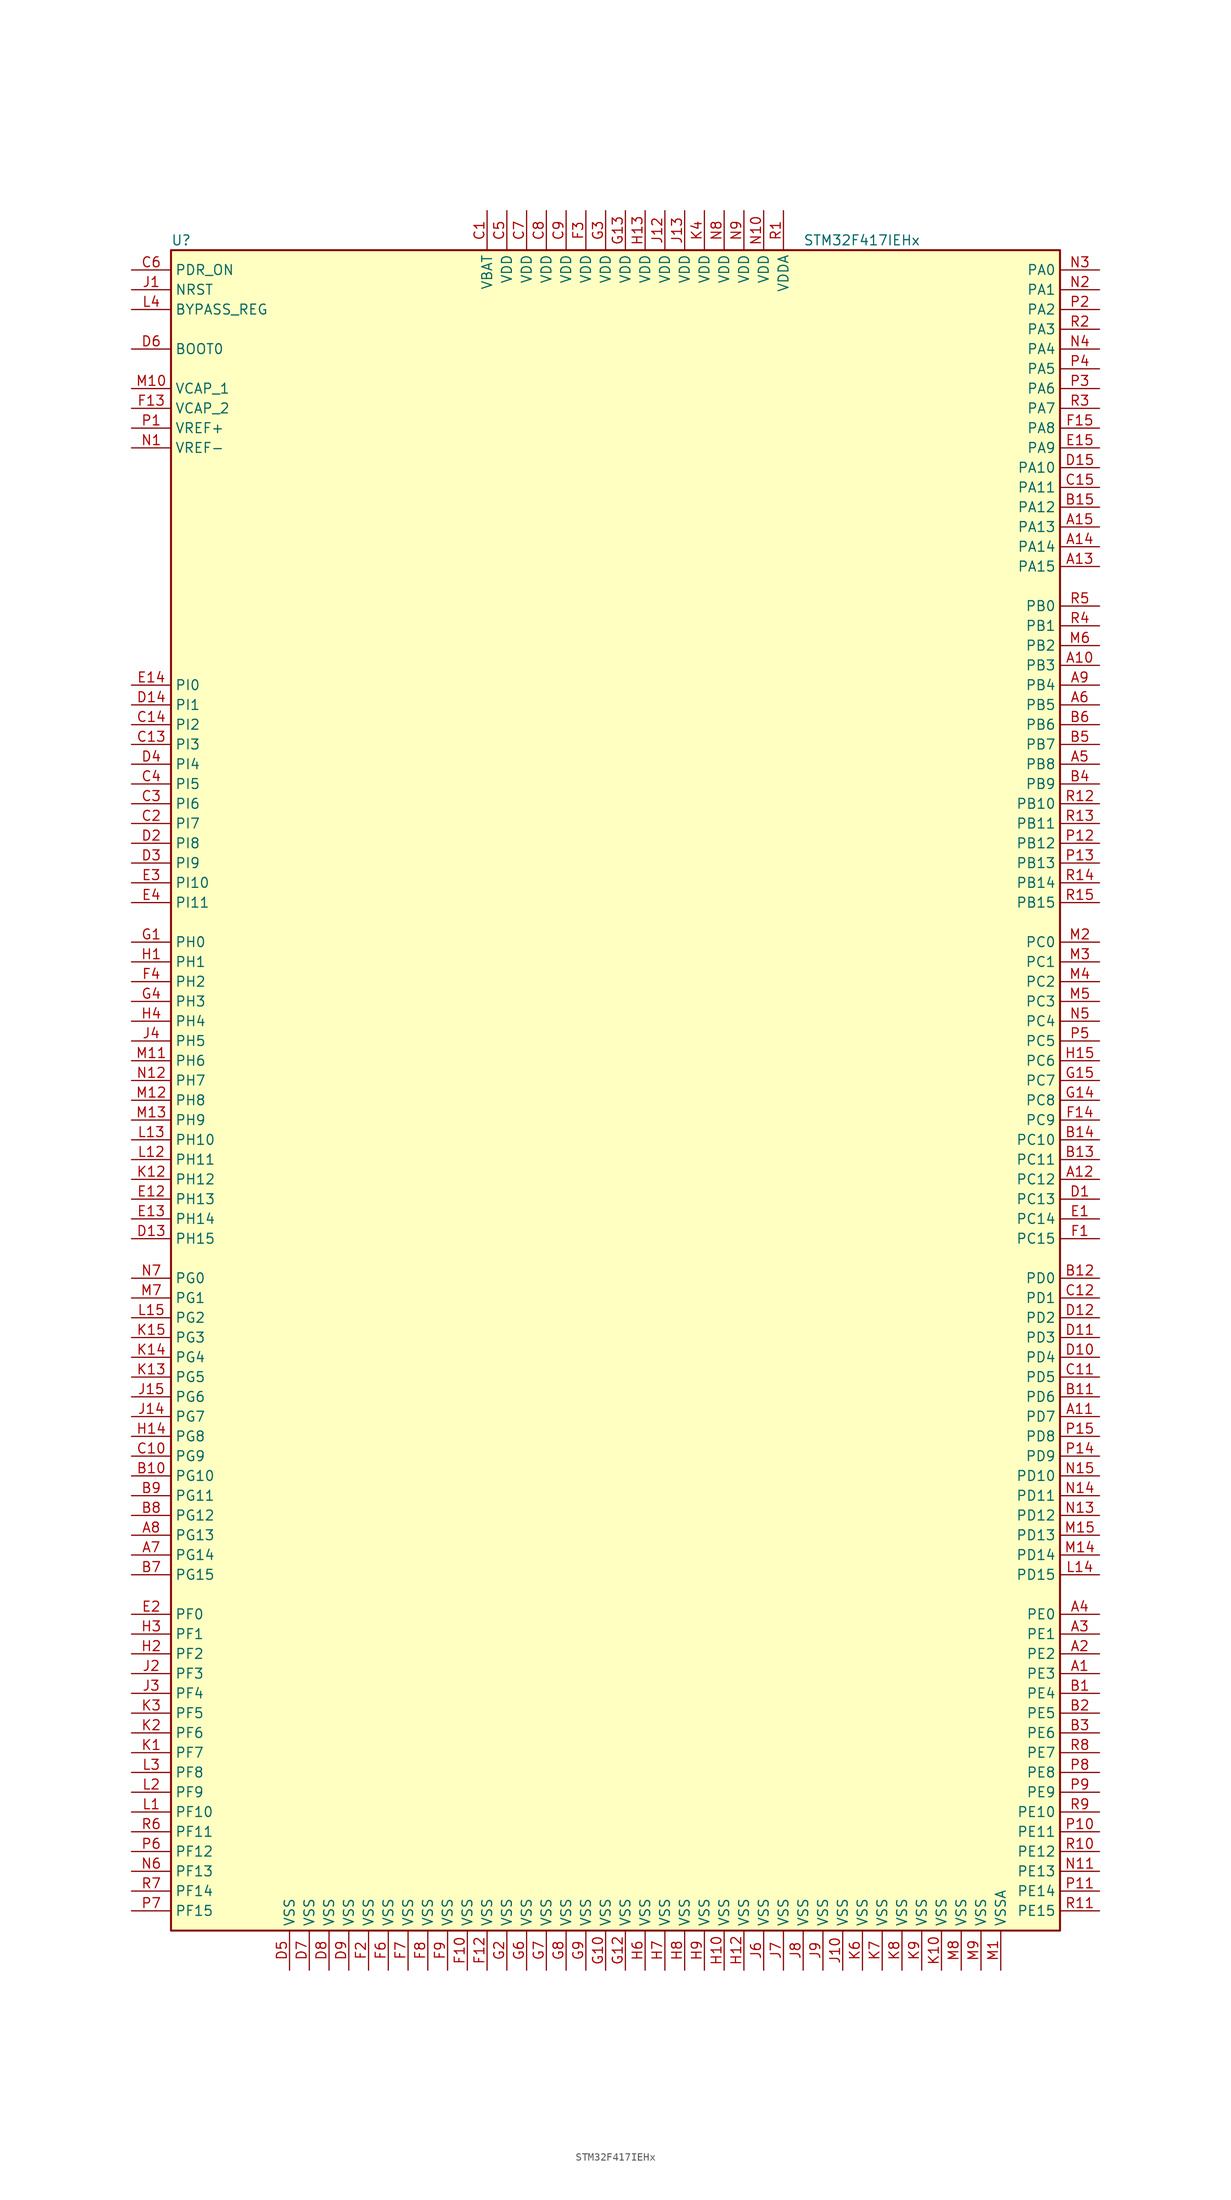
<source format=kicad_sym>
(kicad_symbol_lib
  (version 20201005)
  (generator kicad_symbol_editor)
  (symbol "MCU_ST_STM32F4:STM32F417IEHx"
    (property "Reference" "U"
      (at -58.42 107.95 0)
      (effects (font (size 1.27 1.27)) (justify left)))
    (property "Value" "STM32F417IEHx"
      (at 22.86 107.95 0)
      (effects (font (size 1.27 1.27)) (justify left)))
    (symbol "STM32F417IEHx_0_1"
      (rectangle (start -58.42 -109.22) (end 55.88 106.68) (stroke (width 0.254)) (fill (type background))))
    (symbol "STM32F417IEHx_1_1"
      (pin input line (at -63.5 93.98 0) (length 5.08) (name "BOOT0" (effects (font (size 1.27 1.27)))) (number "D6" (effects (font (size 1.27 1.27)))))
      (pin input line (at -63.5 99.06 0) (length 5.08) (name "BYPASS_REG" (effects (font (size 1.27 1.27)))) (number "L4" (effects (font (size 1.27 1.27)))))
      (pin input line (at -63.5 101.6 0) (length 5.08) (name "NRST" (effects (font (size 1.27 1.27)))) (number "J1" (effects (font (size 1.27 1.27)))))
      (pin bidirectional line (at 60.96 104.14 180) (length 5.08) (name "PA0" (effects (font (size 1.27 1.27)))) (number "N3" (effects (font (size 1.27 1.27)))))
      (pin bidirectional line (at 60.96 101.6 180) (length 5.08) (name "PA1" (effects (font (size 1.27 1.27)))) (number "N2" (effects (font (size 1.27 1.27)))))
      (pin bidirectional line (at 60.96 78.74 180) (length 5.08) (name "PA10" (effects (font (size 1.27 1.27)))) (number "D15" (effects (font (size 1.27 1.27)))))
      (pin bidirectional line (at 60.96 76.2 180) (length 5.08) (name "PA11" (effects (font (size 1.27 1.27)))) (number "C15" (effects (font (size 1.27 1.27)))))
      (pin bidirectional line (at 60.96 73.66 180) (length 5.08) (name "PA12" (effects (font (size 1.27 1.27)))) (number "B15" (effects (font (size 1.27 1.27)))))
      (pin bidirectional line (at 60.96 71.12 180) (length 5.08) (name "PA13" (effects (font (size 1.27 1.27)))) (number "A15" (effects (font (size 1.27 1.27)))))
      (pin bidirectional line (at 60.96 68.58 180) (length 5.08) (name "PA14" (effects (font (size 1.27 1.27)))) (number "A14" (effects (font (size 1.27 1.27)))))
      (pin bidirectional line (at 60.96 66.04 180) (length 5.08) (name "PA15" (effects (font (size 1.27 1.27)))) (number "A13" (effects (font (size 1.27 1.27)))))
      (pin bidirectional line (at 60.96 99.06 180) (length 5.08) (name "PA2" (effects (font (size 1.27 1.27)))) (number "P2" (effects (font (size 1.27 1.27)))))
      (pin bidirectional line (at 60.96 96.52 180) (length 5.08) (name "PA3" (effects (font (size 1.27 1.27)))) (number "R2" (effects (font (size 1.27 1.27)))))
      (pin bidirectional line (at 60.96 93.98 180) (length 5.08) (name "PA4" (effects (font (size 1.27 1.27)))) (number "N4" (effects (font (size 1.27 1.27)))))
      (pin bidirectional line (at 60.96 91.44 180) (length 5.08) (name "PA5" (effects (font (size 1.27 1.27)))) (number "P4" (effects (font (size 1.27 1.27)))))
      (pin bidirectional line (at 60.96 88.9 180) (length 5.08) (name "PA6" (effects (font (size 1.27 1.27)))) (number "P3" (effects (font (size 1.27 1.27)))))
      (pin bidirectional line (at 60.96 86.36 180) (length 5.08) (name "PA7" (effects (font (size 1.27 1.27)))) (number "R3" (effects (font (size 1.27 1.27)))))
      (pin bidirectional line (at 60.96 83.82 180) (length 5.08) (name "PA8" (effects (font (size 1.27 1.27)))) (number "F15" (effects (font (size 1.27 1.27)))))
      (pin bidirectional line (at 60.96 81.28 180) (length 5.08) (name "PA9" (effects (font (size 1.27 1.27)))) (number "E15" (effects (font (size 1.27 1.27)))))
      (pin bidirectional line (at 60.96 60.96 180) (length 5.08) (name "PB0" (effects (font (size 1.27 1.27)))) (number "R5" (effects (font (size 1.27 1.27)))))
      (pin bidirectional line (at 60.96 58.42 180) (length 5.08) (name "PB1" (effects (font (size 1.27 1.27)))) (number "R4" (effects (font (size 1.27 1.27)))))
      (pin bidirectional line (at 60.96 35.56 180) (length 5.08) (name "PB10" (effects (font (size 1.27 1.27)))) (number "R12" (effects (font (size 1.27 1.27)))))
      (pin bidirectional line (at 60.96 33.02 180) (length 5.08) (name "PB11" (effects (font (size 1.27 1.27)))) (number "R13" (effects (font (size 1.27 1.27)))))
      (pin bidirectional line (at 60.96 30.48 180) (length 5.08) (name "PB12" (effects (font (size 1.27 1.27)))) (number "P12" (effects (font (size 1.27 1.27)))))
      (pin bidirectional line (at 60.96 27.94 180) (length 5.08) (name "PB13" (effects (font (size 1.27 1.27)))) (number "P13" (effects (font (size 1.27 1.27)))))
      (pin bidirectional line (at 60.96 25.4 180) (length 5.08) (name "PB14" (effects (font (size 1.27 1.27)))) (number "R14" (effects (font (size 1.27 1.27)))))
      (pin bidirectional line (at 60.96 22.86 180) (length 5.08) (name "PB15" (effects (font (size 1.27 1.27)))) (number "R15" (effects (font (size 1.27 1.27)))))
      (pin bidirectional line (at 60.96 55.88 180) (length 5.08) (name "PB2" (effects (font (size 1.27 1.27)))) (number "M6" (effects (font (size 1.27 1.27)))))
      (pin bidirectional line (at 60.96 53.34 180) (length 5.08) (name "PB3" (effects (font (size 1.27 1.27)))) (number "A10" (effects (font (size 1.27 1.27)))))
      (pin bidirectional line (at 60.96 50.8 180) (length 5.08) (name "PB4" (effects (font (size 1.27 1.27)))) (number "A9" (effects (font (size 1.27 1.27)))))
      (pin bidirectional line (at 60.96 48.26 180) (length 5.08) (name "PB5" (effects (font (size 1.27 1.27)))) (number "A6" (effects (font (size 1.27 1.27)))))
      (pin bidirectional line (at 60.96 45.72 180) (length 5.08) (name "PB6" (effects (font (size 1.27 1.27)))) (number "B6" (effects (font (size 1.27 1.27)))))
      (pin bidirectional line (at 60.96 43.18 180) (length 5.08) (name "PB7" (effects (font (size 1.27 1.27)))) (number "B5" (effects (font (size 1.27 1.27)))))
      (pin bidirectional line (at 60.96 40.64 180) (length 5.08) (name "PB8" (effects (font (size 1.27 1.27)))) (number "A5" (effects (font (size 1.27 1.27)))))
      (pin bidirectional line (at 60.96 38.1 180) (length 5.08) (name "PB9" (effects (font (size 1.27 1.27)))) (number "B4" (effects (font (size 1.27 1.27)))))
      (pin bidirectional line (at 60.96 17.78 180) (length 5.08) (name "PC0" (effects (font (size 1.27 1.27)))) (number "M2" (effects (font (size 1.27 1.27)))))
      (pin bidirectional line (at 60.96 15.24 180) (length 5.08) (name "PC1" (effects (font (size 1.27 1.27)))) (number "M3" (effects (font (size 1.27 1.27)))))
      (pin bidirectional line (at 60.96 -7.62 180) (length 5.08) (name "PC10" (effects (font (size 1.27 1.27)))) (number "B14" (effects (font (size 1.27 1.27)))))
      (pin bidirectional line (at 60.96 -10.16 180) (length 5.08) (name "PC11" (effects (font (size 1.27 1.27)))) (number "B13" (effects (font (size 1.27 1.27)))))
      (pin bidirectional line (at 60.96 -12.7 180) (length 5.08) (name "PC12" (effects (font (size 1.27 1.27)))) (number "A12" (effects (font (size 1.27 1.27)))))
      (pin bidirectional line (at 60.96 -15.24 180) (length 5.08) (name "PC13" (effects (font (size 1.27 1.27)))) (number "D1" (effects (font (size 1.27 1.27)))))
      (pin bidirectional line (at 60.96 -17.78 180) (length 5.08) (name "PC14" (effects (font (size 1.27 1.27)))) (number "E1" (effects (font (size 1.27 1.27)))))
      (pin bidirectional line (at 60.96 -20.32 180) (length 5.08) (name "PC15" (effects (font (size 1.27 1.27)))) (number "F1" (effects (font (size 1.27 1.27)))))
      (pin bidirectional line (at 60.96 12.7 180) (length 5.08) (name "PC2" (effects (font (size 1.27 1.27)))) (number "M4" (effects (font (size 1.27 1.27)))))
      (pin bidirectional line (at 60.96 10.16 180) (length 5.08) (name "PC3" (effects (font (size 1.27 1.27)))) (number "M5" (effects (font (size 1.27 1.27)))))
      (pin bidirectional line (at 60.96 7.62 180) (length 5.08) (name "PC4" (effects (font (size 1.27 1.27)))) (number "N5" (effects (font (size 1.27 1.27)))))
      (pin bidirectional line (at 60.96 5.08 180) (length 5.08) (name "PC5" (effects (font (size 1.27 1.27)))) (number "P5" (effects (font (size 1.27 1.27)))))
      (pin bidirectional line (at 60.96 2.54 180) (length 5.08) (name "PC6" (effects (font (size 1.27 1.27)))) (number "H15" (effects (font (size 1.27 1.27)))))
      (pin bidirectional line (at 60.96 0 180) (length 5.08) (name "PC7" (effects (font (size 1.27 1.27)))) (number "G15" (effects (font (size 1.27 1.27)))))
      (pin bidirectional line (at 60.96 -2.54 180) (length 5.08) (name "PC8" (effects (font (size 1.27 1.27)))) (number "G14" (effects (font (size 1.27 1.27)))))
      (pin bidirectional line (at 60.96 -5.08 180) (length 5.08) (name "PC9" (effects (font (size 1.27 1.27)))) (number "F14" (effects (font (size 1.27 1.27)))))
      (pin bidirectional line (at 60.96 -25.4 180) (length 5.08) (name "PD0" (effects (font (size 1.27 1.27)))) (number "B12" (effects (font (size 1.27 1.27)))))
      (pin bidirectional line (at 60.96 -27.94 180) (length 5.08) (name "PD1" (effects (font (size 1.27 1.27)))) (number "C12" (effects (font (size 1.27 1.27)))))
      (pin bidirectional line (at 60.96 -50.8 180) (length 5.08) (name "PD10" (effects (font (size 1.27 1.27)))) (number "N15" (effects (font (size 1.27 1.27)))))
      (pin bidirectional line (at 60.96 -53.34 180) (length 5.08) (name "PD11" (effects (font (size 1.27 1.27)))) (number "N14" (effects (font (size 1.27 1.27)))))
      (pin bidirectional line (at 60.96 -55.88 180) (length 5.08) (name "PD12" (effects (font (size 1.27 1.27)))) (number "N13" (effects (font (size 1.27 1.27)))))
      (pin bidirectional line (at 60.96 -58.42 180) (length 5.08) (name "PD13" (effects (font (size 1.27 1.27)))) (number "M15" (effects (font (size 1.27 1.27)))))
      (pin bidirectional line (at 60.96 -60.96 180) (length 5.08) (name "PD14" (effects (font (size 1.27 1.27)))) (number "M14" (effects (font (size 1.27 1.27)))))
      (pin bidirectional line (at 60.96 -63.5 180) (length 5.08) (name "PD15" (effects (font (size 1.27 1.27)))) (number "L14" (effects (font (size 1.27 1.27)))))
      (pin bidirectional line (at 60.96 -30.48 180) (length 5.08) (name "PD2" (effects (font (size 1.27 1.27)))) (number "D12" (effects (font (size 1.27 1.27)))))
      (pin bidirectional line (at 60.96 -33.02 180) (length 5.08) (name "PD3" (effects (font (size 1.27 1.27)))) (number "D11" (effects (font (size 1.27 1.27)))))
      (pin bidirectional line (at 60.96 -35.56 180) (length 5.08) (name "PD4" (effects (font (size 1.27 1.27)))) (number "D10" (effects (font (size 1.27 1.27)))))
      (pin bidirectional line (at 60.96 -38.1 180) (length 5.08) (name "PD5" (effects (font (size 1.27 1.27)))) (number "C11" (effects (font (size 1.27 1.27)))))
      (pin bidirectional line (at 60.96 -40.64 180) (length 5.08) (name "PD6" (effects (font (size 1.27 1.27)))) (number "B11" (effects (font (size 1.27 1.27)))))
      (pin bidirectional line (at 60.96 -43.18 180) (length 5.08) (name "PD7" (effects (font (size 1.27 1.27)))) (number "A11" (effects (font (size 1.27 1.27)))))
      (pin bidirectional line (at 60.96 -45.72 180) (length 5.08) (name "PD8" (effects (font (size 1.27 1.27)))) (number "P15" (effects (font (size 1.27 1.27)))))
      (pin bidirectional line (at 60.96 -48.26 180) (length 5.08) (name "PD9" (effects (font (size 1.27 1.27)))) (number "P14" (effects (font (size 1.27 1.27)))))
      (pin input line (at -63.5 104.14 0) (length 5.08) (name "PDR_ON" (effects (font (size 1.27 1.27)))) (number "C6" (effects (font (size 1.27 1.27)))))
      (pin bidirectional line (at 60.96 -68.58 180) (length 5.08) (name "PE0" (effects (font (size 1.27 1.27)))) (number "A4" (effects (font (size 1.27 1.27)))))
      (pin bidirectional line (at 60.96 -71.12 180) (length 5.08) (name "PE1" (effects (font (size 1.27 1.27)))) (number "A3" (effects (font (size 1.27 1.27)))))
      (pin bidirectional line (at 60.96 -93.98 180) (length 5.08) (name "PE10" (effects (font (size 1.27 1.27)))) (number "R9" (effects (font (size 1.27 1.27)))))
      (pin bidirectional line (at 60.96 -96.52 180) (length 5.08) (name "PE11" (effects (font (size 1.27 1.27)))) (number "P10" (effects (font (size 1.27 1.27)))))
      (pin bidirectional line (at 60.96 -99.06 180) (length 5.08) (name "PE12" (effects (font (size 1.27 1.27)))) (number "R10" (effects (font (size 1.27 1.27)))))
      (pin bidirectional line (at 60.96 -101.6 180) (length 5.08) (name "PE13" (effects (font (size 1.27 1.27)))) (number "N11" (effects (font (size 1.27 1.27)))))
      (pin bidirectional line (at 60.96 -104.14 180) (length 5.08) (name "PE14" (effects (font (size 1.27 1.27)))) (number "P11" (effects (font (size 1.27 1.27)))))
      (pin bidirectional line (at 60.96 -106.68 180) (length 5.08) (name "PE15" (effects (font (size 1.27 1.27)))) (number "R11" (effects (font (size 1.27 1.27)))))
      (pin bidirectional line (at 60.96 -73.66 180) (length 5.08) (name "PE2" (effects (font (size 1.27 1.27)))) (number "A2" (effects (font (size 1.27 1.27)))))
      (pin bidirectional line (at 60.96 -76.2 180) (length 5.08) (name "PE3" (effects (font (size 1.27 1.27)))) (number "A1" (effects (font (size 1.27 1.27)))))
      (pin bidirectional line (at 60.96 -78.74 180) (length 5.08) (name "PE4" (effects (font (size 1.27 1.27)))) (number "B1" (effects (font (size 1.27 1.27)))))
      (pin bidirectional line (at 60.96 -81.28 180) (length 5.08) (name "PE5" (effects (font (size 1.27 1.27)))) (number "B2" (effects (font (size 1.27 1.27)))))
      (pin bidirectional line (at 60.96 -83.82 180) (length 5.08) (name "PE6" (effects (font (size 1.27 1.27)))) (number "B3" (effects (font (size 1.27 1.27)))))
      (pin bidirectional line (at 60.96 -86.36 180) (length 5.08) (name "PE7" (effects (font (size 1.27 1.27)))) (number "R8" (effects (font (size 1.27 1.27)))))
      (pin bidirectional line (at 60.96 -88.9 180) (length 5.08) (name "PE8" (effects (font (size 1.27 1.27)))) (number "P8" (effects (font (size 1.27 1.27)))))
      (pin bidirectional line (at 60.96 -91.44 180) (length 5.08) (name "PE9" (effects (font (size 1.27 1.27)))) (number "P9" (effects (font (size 1.27 1.27)))))
      (pin bidirectional line (at -63.5 -68.58 0) (length 5.08) (name "PF0" (effects (font (size 1.27 1.27)))) (number "E2" (effects (font (size 1.27 1.27)))))
      (pin bidirectional line (at -63.5 -71.12 0) (length 5.08) (name "PF1" (effects (font (size 1.27 1.27)))) (number "H3" (effects (font (size 1.27 1.27)))))
      (pin bidirectional line (at -63.5 -93.98 0) (length 5.08) (name "PF10" (effects (font (size 1.27 1.27)))) (number "L1" (effects (font (size 1.27 1.27)))))
      (pin bidirectional line (at -63.5 -96.52 0) (length 5.08) (name "PF11" (effects (font (size 1.27 1.27)))) (number "R6" (effects (font (size 1.27 1.27)))))
      (pin bidirectional line (at -63.5 -99.06 0) (length 5.08) (name "PF12" (effects (font (size 1.27 1.27)))) (number "P6" (effects (font (size 1.27 1.27)))))
      (pin bidirectional line (at -63.5 -101.6 0) (length 5.08) (name "PF13" (effects (font (size 1.27 1.27)))) (number "N6" (effects (font (size 1.27 1.27)))))
      (pin bidirectional line (at -63.5 -104.14 0) (length 5.08) (name "PF14" (effects (font (size 1.27 1.27)))) (number "R7" (effects (font (size 1.27 1.27)))))
      (pin bidirectional line (at -63.5 -106.68 0) (length 5.08) (name "PF15" (effects (font (size 1.27 1.27)))) (number "P7" (effects (font (size 1.27 1.27)))))
      (pin bidirectional line (at -63.5 -73.66 0) (length 5.08) (name "PF2" (effects (font (size 1.27 1.27)))) (number "H2" (effects (font (size 1.27 1.27)))))
      (pin bidirectional line (at -63.5 -76.2 0) (length 5.08) (name "PF3" (effects (font (size 1.27 1.27)))) (number "J2" (effects (font (size 1.27 1.27)))))
      (pin bidirectional line (at -63.5 -78.74 0) (length 5.08) (name "PF4" (effects (font (size 1.27 1.27)))) (number "J3" (effects (font (size 1.27 1.27)))))
      (pin bidirectional line (at -63.5 -81.28 0) (length 5.08) (name "PF5" (effects (font (size 1.27 1.27)))) (number "K3" (effects (font (size 1.27 1.27)))))
      (pin bidirectional line (at -63.5 -83.82 0) (length 5.08) (name "PF6" (effects (font (size 1.27 1.27)))) (number "K2" (effects (font (size 1.27 1.27)))))
      (pin bidirectional line (at -63.5 -86.36 0) (length 5.08) (name "PF7" (effects (font (size 1.27 1.27)))) (number "K1" (effects (font (size 1.27 1.27)))))
      (pin bidirectional line (at -63.5 -88.9 0) (length 5.08) (name "PF8" (effects (font (size 1.27 1.27)))) (number "L3" (effects (font (size 1.27 1.27)))))
      (pin bidirectional line (at -63.5 -91.44 0) (length 5.08) (name "PF9" (effects (font (size 1.27 1.27)))) (number "L2" (effects (font (size 1.27 1.27)))))
      (pin bidirectional line (at -63.5 -25.4 0) (length 5.08) (name "PG0" (effects (font (size 1.27 1.27)))) (number "N7" (effects (font (size 1.27 1.27)))))
      (pin bidirectional line (at -63.5 -27.94 0) (length 5.08) (name "PG1" (effects (font (size 1.27 1.27)))) (number "M7" (effects (font (size 1.27 1.27)))))
      (pin bidirectional line (at -63.5 -50.8 0) (length 5.08) (name "PG10" (effects (font (size 1.27 1.27)))) (number "B10" (effects (font (size 1.27 1.27)))))
      (pin bidirectional line (at -63.5 -53.34 0) (length 5.08) (name "PG11" (effects (font (size 1.27 1.27)))) (number "B9" (effects (font (size 1.27 1.27)))))
      (pin bidirectional line (at -63.5 -55.88 0) (length 5.08) (name "PG12" (effects (font (size 1.27 1.27)))) (number "B8" (effects (font (size 1.27 1.27)))))
      (pin bidirectional line (at -63.5 -58.42 0) (length 5.08) (name "PG13" (effects (font (size 1.27 1.27)))) (number "A8" (effects (font (size 1.27 1.27)))))
      (pin bidirectional line (at -63.5 -60.96 0) (length 5.08) (name "PG14" (effects (font (size 1.27 1.27)))) (number "A7" (effects (font (size 1.27 1.27)))))
      (pin bidirectional line (at -63.5 -63.5 0) (length 5.08) (name "PG15" (effects (font (size 1.27 1.27)))) (number "B7" (effects (font (size 1.27 1.27)))))
      (pin bidirectional line (at -63.5 -30.48 0) (length 5.08) (name "PG2" (effects (font (size 1.27 1.27)))) (number "L15" (effects (font (size 1.27 1.27)))))
      (pin bidirectional line (at -63.5 -33.02 0) (length 5.08) (name "PG3" (effects (font (size 1.27 1.27)))) (number "K15" (effects (font (size 1.27 1.27)))))
      (pin bidirectional line (at -63.5 -35.56 0) (length 5.08) (name "PG4" (effects (font (size 1.27 1.27)))) (number "K14" (effects (font (size 1.27 1.27)))))
      (pin bidirectional line (at -63.5 -38.1 0) (length 5.08) (name "PG5" (effects (font (size 1.27 1.27)))) (number "K13" (effects (font (size 1.27 1.27)))))
      (pin bidirectional line (at -63.5 -40.64 0) (length 5.08) (name "PG6" (effects (font (size 1.27 1.27)))) (number "J15" (effects (font (size 1.27 1.27)))))
      (pin bidirectional line (at -63.5 -43.18 0) (length 5.08) (name "PG7" (effects (font (size 1.27 1.27)))) (number "J14" (effects (font (size 1.27 1.27)))))
      (pin bidirectional line (at -63.5 -45.72 0) (length 5.08) (name "PG8" (effects (font (size 1.27 1.27)))) (number "H14" (effects (font (size 1.27 1.27)))))
      (pin bidirectional line (at -63.5 -48.26 0) (length 5.08) (name "PG9" (effects (font (size 1.27 1.27)))) (number "C10" (effects (font (size 1.27 1.27)))))
      (pin input line (at -63.5 17.78 0) (length 5.08) (name "PH0" (effects (font (size 1.27 1.27)))) (number "G1" (effects (font (size 1.27 1.27)))))
      (pin input line (at -63.5 15.24 0) (length 5.08) (name "PH1" (effects (font (size 1.27 1.27)))) (number "H1" (effects (font (size 1.27 1.27)))))
      (pin bidirectional line (at -63.5 -7.62 0) (length 5.08) (name "PH10" (effects (font (size 1.27 1.27)))) (number "L13" (effects (font (size 1.27 1.27)))))
      (pin bidirectional line (at -63.5 -10.16 0) (length 5.08) (name "PH11" (effects (font (size 1.27 1.27)))) (number "L12" (effects (font (size 1.27 1.27)))))
      (pin bidirectional line (at -63.5 -12.7 0) (length 5.08) (name "PH12" (effects (font (size 1.27 1.27)))) (number "K12" (effects (font (size 1.27 1.27)))))
      (pin bidirectional line (at -63.5 -15.24 0) (length 5.08) (name "PH13" (effects (font (size 1.27 1.27)))) (number "E12" (effects (font (size 1.27 1.27)))))
      (pin bidirectional line (at -63.5 -17.78 0) (length 5.08) (name "PH14" (effects (font (size 1.27 1.27)))) (number "E13" (effects (font (size 1.27 1.27)))))
      (pin bidirectional line (at -63.5 -20.32 0) (length 5.08) (name "PH15" (effects (font (size 1.27 1.27)))) (number "D13" (effects (font (size 1.27 1.27)))))
      (pin bidirectional line (at -63.5 12.7 0) (length 5.08) (name "PH2" (effects (font (size 1.27 1.27)))) (number "F4" (effects (font (size 1.27 1.27)))))
      (pin bidirectional line (at -63.5 10.16 0) (length 5.08) (name "PH3" (effects (font (size 1.27 1.27)))) (number "G4" (effects (font (size 1.27 1.27)))))
      (pin bidirectional line (at -63.5 7.62 0) (length 5.08) (name "PH4" (effects (font (size 1.27 1.27)))) (number "H4" (effects (font (size 1.27 1.27)))))
      (pin bidirectional line (at -63.5 5.08 0) (length 5.08) (name "PH5" (effects (font (size 1.27 1.27)))) (number "J4" (effects (font (size 1.27 1.27)))))
      (pin bidirectional line (at -63.5 2.54 0) (length 5.08) (name "PH6" (effects (font (size 1.27 1.27)))) (number "M11" (effects (font (size 1.27 1.27)))))
      (pin bidirectional line (at -63.5 0 0) (length 5.08) (name "PH7" (effects (font (size 1.27 1.27)))) (number "N12" (effects (font (size 1.27 1.27)))))
      (pin bidirectional line (at -63.5 -2.54 0) (length 5.08) (name "PH8" (effects (font (size 1.27 1.27)))) (number "M12" (effects (font (size 1.27 1.27)))))
      (pin bidirectional line (at -63.5 -5.08 0) (length 5.08) (name "PH9" (effects (font (size 1.27 1.27)))) (number "M13" (effects (font (size 1.27 1.27)))))
      (pin bidirectional line (at -63.5 50.8 0) (length 5.08) (name "PI0" (effects (font (size 1.27 1.27)))) (number "E14" (effects (font (size 1.27 1.27)))))
      (pin bidirectional line (at -63.5 48.26 0) (length 5.08) (name "PI1" (effects (font (size 1.27 1.27)))) (number "D14" (effects (font (size 1.27 1.27)))))
      (pin bidirectional line (at -63.5 25.4 0) (length 5.08) (name "PI10" (effects (font (size 1.27 1.27)))) (number "E3" (effects (font (size 1.27 1.27)))))
      (pin bidirectional line (at -63.5 22.86 0) (length 5.08) (name "PI11" (effects (font (size 1.27 1.27)))) (number "E4" (effects (font (size 1.27 1.27)))))
      (pin bidirectional line (at -63.5 45.72 0) (length 5.08) (name "PI2" (effects (font (size 1.27 1.27)))) (number "C14" (effects (font (size 1.27 1.27)))))
      (pin bidirectional line (at -63.5 43.18 0) (length 5.08) (name "PI3" (effects (font (size 1.27 1.27)))) (number "C13" (effects (font (size 1.27 1.27)))))
      (pin bidirectional line (at -63.5 40.64 0) (length 5.08) (name "PI4" (effects (font (size 1.27 1.27)))) (number "D4" (effects (font (size 1.27 1.27)))))
      (pin bidirectional line (at -63.5 38.1 0) (length 5.08) (name "PI5" (effects (font (size 1.27 1.27)))) (number "C4" (effects (font (size 1.27 1.27)))))
      (pin bidirectional line (at -63.5 35.56 0) (length 5.08) (name "PI6" (effects (font (size 1.27 1.27)))) (number "C3" (effects (font (size 1.27 1.27)))))
      (pin bidirectional line (at -63.5 33.02 0) (length 5.08) (name "PI7" (effects (font (size 1.27 1.27)))) (number "C2" (effects (font (size 1.27 1.27)))))
      (pin bidirectional line (at -63.5 30.48 0) (length 5.08) (name "PI8" (effects (font (size 1.27 1.27)))) (number "D2" (effects (font (size 1.27 1.27)))))
      (pin bidirectional line (at -63.5 27.94 0) (length 5.08) (name "PI9" (effects (font (size 1.27 1.27)))) (number "D3" (effects (font (size 1.27 1.27)))))
      (pin power_in line (at -17.78 111.76 270) (length 5.08) (name "VBAT" (effects (font (size 1.27 1.27)))) (number "C1" (effects (font (size 1.27 1.27)))))
      (pin power_in line (at -63.5 88.9 0) (length 5.08) (name "VCAP_1" (effects (font (size 1.27 1.27)))) (number "M10" (effects (font (size 1.27 1.27)))))
      (pin power_in line (at -63.5 86.36 0) (length 5.08) (name "VCAP_2" (effects (font (size 1.27 1.27)))) (number "F13" (effects (font (size 1.27 1.27)))))
      (pin power_in line (at -15.24 111.76 270) (length 5.08) (name "VDD" (effects (font (size 1.27 1.27)))) (number "C5" (effects (font (size 1.27 1.27)))))
      (pin power_in line (at -12.7 111.76 270) (length 5.08) (name "VDD" (effects (font (size 1.27 1.27)))) (number "C7" (effects (font (size 1.27 1.27)))))
      (pin power_in line (at -10.16 111.76 270) (length 5.08) (name "VDD" (effects (font (size 1.27 1.27)))) (number "C8" (effects (font (size 1.27 1.27)))))
      (pin power_in line (at -7.62 111.76 270) (length 5.08) (name "VDD" (effects (font (size 1.27 1.27)))) (number "C9" (effects (font (size 1.27 1.27)))))
      (pin power_in line (at -5.08 111.76 270) (length 5.08) (name "VDD" (effects (font (size 1.27 1.27)))) (number "F3" (effects (font (size 1.27 1.27)))))
      (pin power_in line (at 0 111.76 270) (length 5.08) (name "VDD" (effects (font (size 1.27 1.27)))) (number "G13" (effects (font (size 1.27 1.27)))))
      (pin power_in line (at -2.54 111.76 270) (length 5.08) (name "VDD" (effects (font (size 1.27 1.27)))) (number "G3" (effects (font (size 1.27 1.27)))))
      (pin power_in line (at 2.54 111.76 270) (length 5.08) (name "VDD" (effects (font (size 1.27 1.27)))) (number "H13" (effects (font (size 1.27 1.27)))))
      (pin power_in line (at 5.08 111.76 270) (length 5.08) (name "VDD" (effects (font (size 1.27 1.27)))) (number "J12" (effects (font (size 1.27 1.27)))))
      (pin power_in line (at 7.62 111.76 270) (length 5.08) (name "VDD" (effects (font (size 1.27 1.27)))) (number "J13" (effects (font (size 1.27 1.27)))))
      (pin power_in line (at 10.16 111.76 270) (length 5.08) (name "VDD" (effects (font (size 1.27 1.27)))) (number "K4" (effects (font (size 1.27 1.27)))))
      (pin power_in line (at 17.78 111.76 270) (length 5.08) (name "VDD" (effects (font (size 1.27 1.27)))) (number "N10" (effects (font (size 1.27 1.27)))))
      (pin power_in line (at 12.7 111.76 270) (length 5.08) (name "VDD" (effects (font (size 1.27 1.27)))) (number "N8" (effects (font (size 1.27 1.27)))))
      (pin power_in line (at 15.24 111.76 270) (length 5.08) (name "VDD" (effects (font (size 1.27 1.27)))) (number "N9" (effects (font (size 1.27 1.27)))))
      (pin power_in line (at 20.32 111.76 270) (length 5.08) (name "VDDA" (effects (font (size 1.27 1.27)))) (number "R1" (effects (font (size 1.27 1.27)))))
      (pin power_in line (at -63.5 83.82 0) (length 5.08) (name "VREF+" (effects (font (size 1.27 1.27)))) (number "P1" (effects (font (size 1.27 1.27)))))
      (pin power_in line (at -63.5 81.28 0) (length 5.08) (name "VREF-" (effects (font (size 1.27 1.27)))) (number "N1" (effects (font (size 1.27 1.27)))))
      (pin power_in line (at -43.18 -114.3 90) (length 5.08) (name "VSS" (effects (font (size 1.27 1.27)))) (number "D5" (effects (font (size 1.27 1.27)))))
      (pin power_in line (at -40.64 -114.3 90) (length 5.08) (name "VSS" (effects (font (size 1.27 1.27)))) (number "D7" (effects (font (size 1.27 1.27)))))
      (pin power_in line (at -38.1 -114.3 90) (length 5.08) (name "VSS" (effects (font (size 1.27 1.27)))) (number "D8" (effects (font (size 1.27 1.27)))))
      (pin power_in line (at -35.56 -114.3 90) (length 5.08) (name "VSS" (effects (font (size 1.27 1.27)))) (number "D9" (effects (font (size 1.27 1.27)))))
      (pin power_in line (at -20.32 -114.3 90) (length 5.08) (name "VSS" (effects (font (size 1.27 1.27)))) (number "F10" (effects (font (size 1.27 1.27)))))
      (pin power_in line (at -17.78 -114.3 90) (length 5.08) (name "VSS" (effects (font (size 1.27 1.27)))) (number "F12" (effects (font (size 1.27 1.27)))))
      (pin power_in line (at -33.02 -114.3 90) (length 5.08) (name "VSS" (effects (font (size 1.27 1.27)))) (number "F2" (effects (font (size 1.27 1.27)))))
      (pin power_in line (at -30.48 -114.3 90) (length 5.08) (name "VSS" (effects (font (size 1.27 1.27)))) (number "F6" (effects (font (size 1.27 1.27)))))
      (pin power_in line (at -27.94 -114.3 90) (length 5.08) (name "VSS" (effects (font (size 1.27 1.27)))) (number "F7" (effects (font (size 1.27 1.27)))))
      (pin power_in line (at -25.4 -114.3 90) (length 5.08) (name "VSS" (effects (font (size 1.27 1.27)))) (number "F8" (effects (font (size 1.27 1.27)))))
      (pin power_in line (at -22.86 -114.3 90) (length 5.08) (name "VSS" (effects (font (size 1.27 1.27)))) (number "F9" (effects (font (size 1.27 1.27)))))
      (pin power_in line (at -2.54 -114.3 90) (length 5.08) (name "VSS" (effects (font (size 1.27 1.27)))) (number "G10" (effects (font (size 1.27 1.27)))))
      (pin power_in line (at 0 -114.3 90) (length 5.08) (name "VSS" (effects (font (size 1.27 1.27)))) (number "G12" (effects (font (size 1.27 1.27)))))
      (pin power_in line (at -15.24 -114.3 90) (length 5.08) (name "VSS" (effects (font (size 1.27 1.27)))) (number "G2" (effects (font (size 1.27 1.27)))))
      (pin power_in line (at -12.7 -114.3 90) (length 5.08) (name "VSS" (effects (font (size 1.27 1.27)))) (number "G6" (effects (font (size 1.27 1.27)))))
      (pin power_in line (at -10.16 -114.3 90) (length 5.08) (name "VSS" (effects (font (size 1.27 1.27)))) (number "G7" (effects (font (size 1.27 1.27)))))
      (pin power_in line (at -7.62 -114.3 90) (length 5.08) (name "VSS" (effects (font (size 1.27 1.27)))) (number "G8" (effects (font (size 1.27 1.27)))))
      (pin power_in line (at -5.08 -114.3 90) (length 5.08) (name "VSS" (effects (font (size 1.27 1.27)))) (number "G9" (effects (font (size 1.27 1.27)))))
      (pin power_in line (at 12.7 -114.3 90) (length 5.08) (name "VSS" (effects (font (size 1.27 1.27)))) (number "H10" (effects (font (size 1.27 1.27)))))
      (pin power_in line (at 15.24 -114.3 90) (length 5.08) (name "VSS" (effects (font (size 1.27 1.27)))) (number "H12" (effects (font (size 1.27 1.27)))))
      (pin power_in line (at 2.54 -114.3 90) (length 5.08) (name "VSS" (effects (font (size 1.27 1.27)))) (number "H6" (effects (font (size 1.27 1.27)))))
      (pin power_in line (at 5.08 -114.3 90) (length 5.08) (name "VSS" (effects (font (size 1.27 1.27)))) (number "H7" (effects (font (size 1.27 1.27)))))
      (pin power_in line (at 7.62 -114.3 90) (length 5.08) (name "VSS" (effects (font (size 1.27 1.27)))) (number "H8" (effects (font (size 1.27 1.27)))))
      (pin power_in line (at 10.16 -114.3 90) (length 5.08) (name "VSS" (effects (font (size 1.27 1.27)))) (number "H9" (effects (font (size 1.27 1.27)))))
      (pin power_in line (at 27.94 -114.3 90) (length 5.08) (name "VSS" (effects (font (size 1.27 1.27)))) (number "J10" (effects (font (size 1.27 1.27)))))
      (pin power_in line (at 17.78 -114.3 90) (length 5.08) (name "VSS" (effects (font (size 1.27 1.27)))) (number "J6" (effects (font (size 1.27 1.27)))))
      (pin power_in line (at 20.32 -114.3 90) (length 5.08) (name "VSS" (effects (font (size 1.27 1.27)))) (number "J7" (effects (font (size 1.27 1.27)))))
      (pin power_in line (at 22.86 -114.3 90) (length 5.08) (name "VSS" (effects (font (size 1.27 1.27)))) (number "J8" (effects (font (size 1.27 1.27)))))
      (pin power_in line (at 25.4 -114.3 90) (length 5.08) (name "VSS" (effects (font (size 1.27 1.27)))) (number "J9" (effects (font (size 1.27 1.27)))))
      (pin power_in line (at 40.64 -114.3 90) (length 5.08) (name "VSS" (effects (font (size 1.27 1.27)))) (number "K10" (effects (font (size 1.27 1.27)))))
      (pin power_in line (at 30.48 -114.3 90) (length 5.08) (name "VSS" (effects (font (size 1.27 1.27)))) (number "K6" (effects (font (size 1.27 1.27)))))
      (pin power_in line (at 33.02 -114.3 90) (length 5.08) (name "VSS" (effects (font (size 1.27 1.27)))) (number "K7" (effects (font (size 1.27 1.27)))))
      (pin power_in line (at 35.56 -114.3 90) (length 5.08) (name "VSS" (effects (font (size 1.27 1.27)))) (number "K8" (effects (font (size 1.27 1.27)))))
      (pin power_in line (at 38.1 -114.3 90) (length 5.08) (name "VSS" (effects (font (size 1.27 1.27)))) (number "K9" (effects (font (size 1.27 1.27)))))
      (pin power_in line (at 43.18 -114.3 90) (length 5.08) (name "VSS" (effects (font (size 1.27 1.27)))) (number "M8" (effects (font (size 1.27 1.27)))))
      (pin power_in line (at 45.72 -114.3 90) (length 5.08) (name "VSS" (effects (font (size 1.27 1.27)))) (number "M9" (effects (font (size 1.27 1.27)))))
      (pin power_in line (at 48.26 -114.3 90) (length 5.08) (name "VSSA" (effects (font (size 1.27 1.27)))) (number "M1" (effects (font (size 1.27 1.27))))))))
</source>
